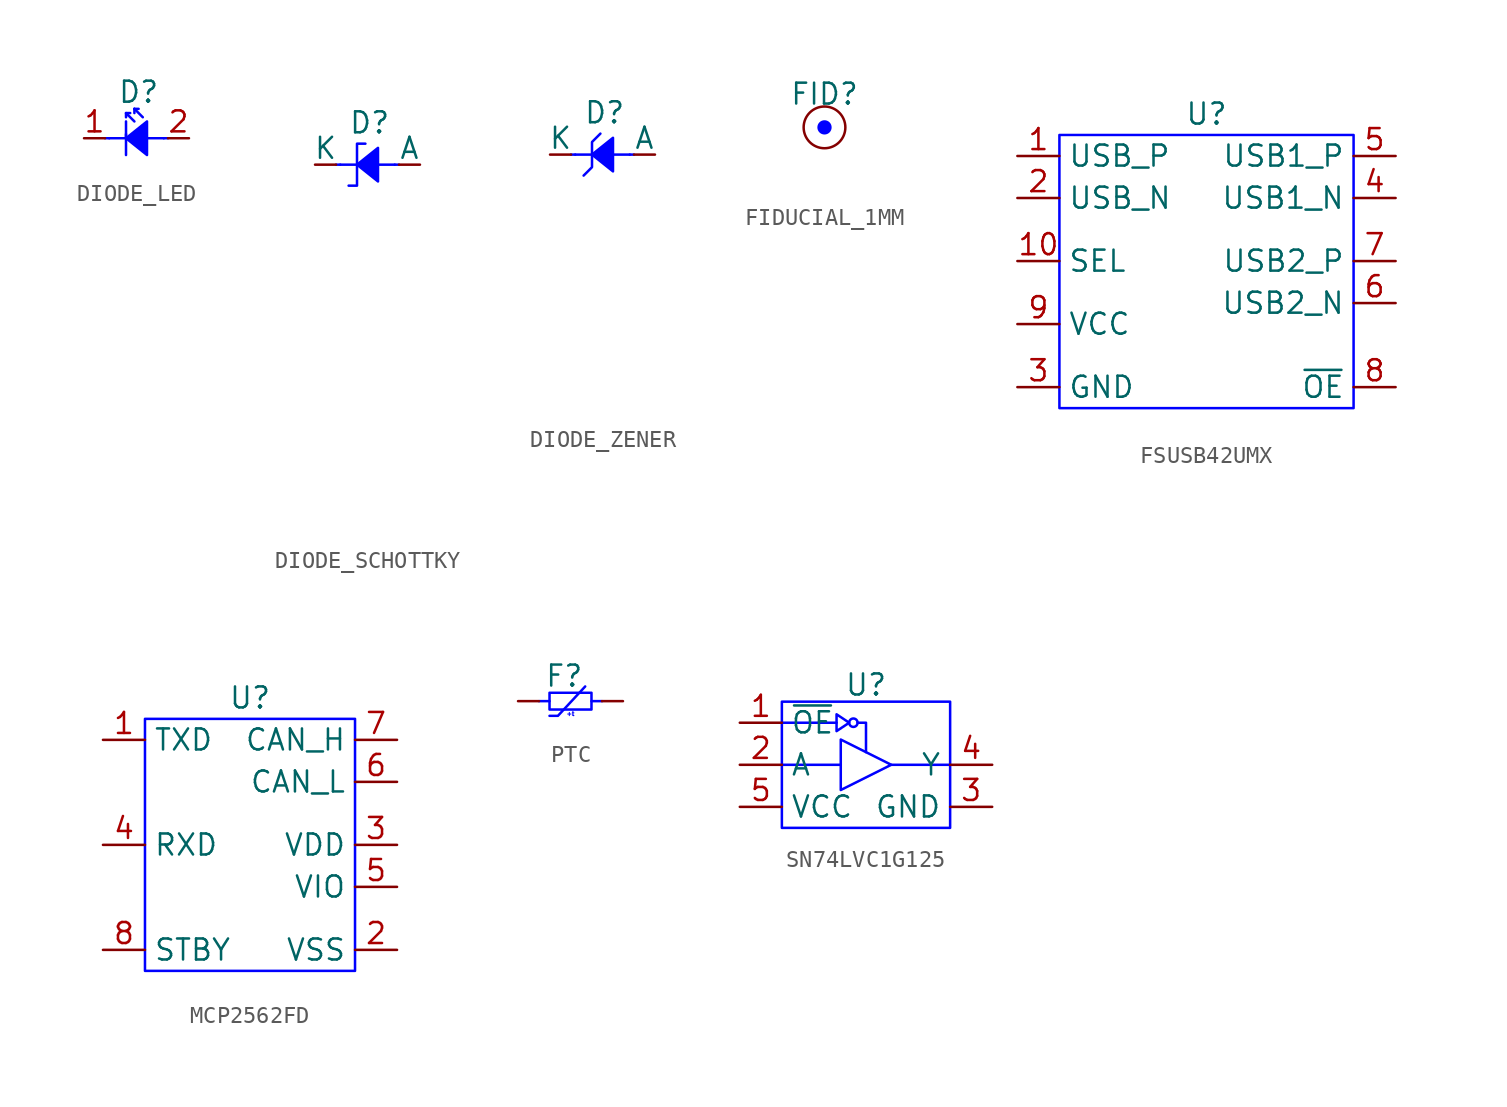
<source format=kicad_sym>
(kicad_symbol_lib
  (version 20241209)
  (generator "kicad_symbol_editor")
  (generator_version "9.0")
  (symbol "DIODE_LED"
    (pin_names
      (offset 0)
      (hide yes))
    (property "Reference" "D"
      (at 2.032 2.794 0)
      (effects (font (size 1.27 1.27))))
    (property "Value" ""
      (at 1.524 -1.524 0)
      (effects (font (size 1.27 1.27))))
    (symbol "DIODE_LED_0_1"
      (polyline (pts (xy 1.27 1.524) (xy 1.524 1.524)) (stroke (width 0) (type default) (color 0 0 255 1)) (fill (type none)))
      (polyline (pts (xy 1.27 0.254) (xy 1.27 -1.016) (xy 1.27 -1.016)) (stroke (width 0) (type default) (color 0 0 255 1)) (fill (type none)))
      (polyline (pts (xy 1.27 0) (xy 0.254 0)) (stroke (width 0) (type default) (color 0 0 255 1)) (fill (type none)))
      (polyline (pts (xy 1.27 0) (xy 1.27 0.508) (xy 1.27 1.016) (xy 1.27 1.016)) (stroke (width 0) (type default) (color 0 0 255 1)) (fill (type none)))
      (polyline (pts (xy 1.778 1.778) (xy 1.778 1.524)) (stroke (width 0) (type default) (color 0 0 255 1)) (fill (type none)))
      (polyline (pts (xy 1.778 1.778) (xy 2.032 1.778)) (stroke (width 0) (type default) (color 0 0 255 1)) (fill (type none)))
      (polyline (pts (xy 1.778 1.016) (xy 1.27 1.524) (xy 1.27 1.27)) (stroke (width 0) (type default) (color 0 0 255 1)) (fill (type none)))
      (polyline (pts (xy 2.286 1.27) (xy 1.778 1.778)) (stroke (width 0) (type default) (color 0 0 255 1)) (fill (type none)))
      (polyline (pts (xy 2.54 0) (xy 3.556 0)) (stroke (width 0) (type default) (color 0 0 255 1)) (fill (type none)))
      (polyline (pts (xy 2.54 0) (xy 2.54 1.016) (xy 1.27 0) (xy 2.54 -1.016) (xy 2.54 0)) (stroke (width 0) (type default) (color 0 0 255 1)) (fill (type outline))))
    (symbol "DIODE_LED_1_1"
      (polyline (pts (xy 0.254 0) (xy 0 0)) (stroke (width 0) (type solid) (color 0 0 255 1)) (fill (type none)))
      (polyline (pts (xy 3.81 0) (xy 3.556 0)) (stroke (width 0) (type solid) (color 0 0 255 1)) (fill (type none)))
      (pin passive line (at -1.27 0 0) (length 1.27) (name "K" (effects (font (size 1.27 1.27)))) (number "1" (effects (font (size 1.27 1.27)))))
      (pin passive line (at 5.08 0 180) (length 1.27) (name "A" (effects (font (size 1.27 1.27)))) (number "2" (effects (font (size 1.27 1.27)))))))
  (symbol "DIODE_SCHOTTKY"
    (pin_numbers
      (hide yes))
    (pin_names
      (offset 0))
    (property "Reference" "D"
      (at 2.032 2.54 0)
      (effects (font (size 1.27 1.27))))
    (property "Value" ""
      (at 1.524 -1.524 0)
      (effects (font (size 1.27 1.27))))
    (property "V(f)" ""
      (at 0.254 -20.32 0)
      (effects (font (size 1.27 1.27))))
    (symbol "DIODE_SCHOTTKY_0_1"
      (polyline (pts (xy 1.27 0) (xy 0.254 0)) (stroke (width 0) (type default) (color 0 0 255 1)) (fill (type none)))
      (polyline (pts (xy 1.27 0) (xy 1.27 -1.27) (xy 0.762 -1.27)) (stroke (width 0) (type default) (color 0 0 255 1)) (fill (type none)))
      (polyline (pts (xy 1.27 0) (xy 1.27 0.508) (xy 1.27 1.27) (xy 1.778 1.27)) (stroke (width 0) (type default) (color 0 0 255 1)) (fill (type none)))
      (polyline (pts (xy 2.54 0) (xy 3.556 0)) (stroke (width 0) (type default) (color 0 0 255 1)) (fill (type none)))
      (polyline (pts (xy 2.54 0) (xy 2.54 1.016) (xy 1.27 0) (xy 2.54 -1.016) (xy 2.54 0)) (stroke (width 0) (type default) (color 0 0 255 1)) (fill (type outline))))
    (symbol "DIODE_SCHOTTKY_1_1"
      (polyline (pts (xy 0.254 0) (xy 0 0)) (stroke (width 0) (type solid) (color 0 0 255 1)) (fill (type none)))
      (polyline (pts (xy 3.81 0) (xy 3.556 0)) (stroke (width 0) (type solid) (color 0 0 255 1)) (fill (type none)))
      (pin passive line (at -1.27 0 0) (length 1.27) (name "K" (effects (font (size 1.27 1.27)))) (number "1" (effects (font (size 1.27 1.27)))))
      (pin passive line (at 5.08 0 180) (length 1.27) (name "A" (effects (font (size 1.27 1.27)))) (number "2" (effects (font (size 1.27 1.27)))))))
  (symbol "DIODE_ZENER"
    (pin_numbers
      (hide yes))
    (pin_names
      (offset 0))
    (property "Reference" "D"
      (at 2.032 2.54 0)
      (effects (font (size 1.27 1.27))))
    (property "Value" ""
      (at 1.524 -1.524 0)
      (effects (font (size 1.27 1.27))))
    (property "V(z)" ""
      (at 0.254 -14.224 0)
      (effects (font (size 1.27 1.27))))
    (symbol "DIODE_ZENER_0_1"
      (polyline (pts (xy 1.27 0) (xy 0.254 0)) (stroke (width 0) (type default) (color 0 0 255 1)) (fill (type none)))
      (polyline (pts (xy 1.27 0) (xy 1.27 -0.762) (xy 0.762 -1.27)) (stroke (width 0) (type default) (color 0 0 255 1)) (fill (type none)))
      (polyline (pts (xy 1.27 0) (xy 1.27 0.508) (xy 1.27 0.762) (xy 1.778 1.27)) (stroke (width 0) (type default) (color 0 0 255 1)) (fill (type none)))
      (polyline (pts (xy 2.54 0) (xy 3.556 0)) (stroke (width 0) (type default) (color 0 0 255 1)) (fill (type none)))
      (polyline (pts (xy 2.54 0) (xy 2.54 1.016) (xy 1.27 0) (xy 2.54 -1.016) (xy 2.54 0)) (stroke (width 0) (type default) (color 0 0 255 1)) (fill (type outline))))
    (symbol "DIODE_ZENER_1_1"
      (polyline (pts (xy 0.254 0) (xy 0 0)) (stroke (width 0) (type solid) (color 0 0 255 1)) (fill (type none)))
      (polyline (pts (xy 3.81 0) (xy 3.556 0)) (stroke (width 0) (type solid) (color 0 0 255 1)) (fill (type none)))
      (pin passive line (at -1.27 0 0) (length 1.27) (name "K" (effects (font (size 1.27 1.27)))) (number "1" (effects (font (size 1.27 1.27)))))
      (pin passive line (at 5.08 0 180) (length 1.27) (name "A" (effects (font (size 1.27 1.27)))) (number "2" (effects (font (size 1.27 1.27)))))))
  (symbol "FIDUCIAL_1MM"
    (pin_names
      (hide yes))
    (property "Reference" "FID"
      (at 0 3.302 0)
      (effects (font (size 1.27 1.27))))
    (property "Value" ""
      (at 0 0 0)
      (effects (font (size 1.27 1.27))))
    (symbol "FIDUCIAL_1MM_1_1"
      (circle (center 0 1.27) (radius 0.359) (stroke (width 0) (type solid) (color 0 0 255 1)) (fill (type color) (color 0 0 255 1)))
      (circle (center 0 1.27) (radius 1.27) (stroke (width 0) (type solid)) (fill (type none)))
      (pin no_connect line (at 0 -2.54 90) (length 2.54) (hide yes) (name "1" (effects (font (size 1.27 1.27)))) (number "1" (effects (font (size 1.27 1.27)))))))
  (symbol "FSUSB42UMX"
    (property "Reference" "U"
      (at 8.89 1.27 0)
      (effects (font (size 1.27 1.27))))
    (property "Value" ""
      (at 0 0 0)
      (effects (font (size 1.27 1.27))))
    (symbol "FSUSB42UMX_1_1"
      (rectangle (start 0 0) (end 17.78 -16.51) (stroke (width 0) (type solid) (color 0 0 255 1)) (fill (type none)))
      (pin bidirectional line (at -2.54 -1.27 0) (length 2.54) (name "USB_P" (effects (font (size 1.27 1.27)))) (number "1" (effects (font (size 1.27 1.27)))))
      (pin bidirectional line (at -2.54 -3.81 0) (length 2.54) (name "USB_N" (effects (font (size 1.27 1.27)))) (number "2" (effects (font (size 1.27 1.27)))))
      (pin input line (at -2.54 -7.62 0) (length 2.54) (name "SEL" (effects (font (size 1.27 1.27)))) (number "10" (effects (font (size 1.27 1.27)))))
      (pin power_in line (at -2.54 -11.43 0) (length 2.54) (name "VCC" (effects (font (size 1.27 1.27)))) (number "9" (effects (font (size 1.27 1.27)))))
      (pin power_in line (at -2.54 -15.24 0) (length 2.54) (name "GND" (effects (font (size 1.27 1.27)))) (number "3" (effects (font (size 1.27 1.27)))))
      (pin bidirectional line (at 20.32 -1.27 180) (length 2.54) (name "USB1_P" (effects (font (size 1.27 1.27)))) (number "5" (effects (font (size 1.27 1.27)))))
      (pin bidirectional line (at 20.32 -3.81 180) (length 2.54) (name "USB1_N" (effects (font (size 1.27 1.27)))) (number "4" (effects (font (size 1.27 1.27)))))
      (pin bidirectional line (at 20.32 -7.62 180) (length 2.54) (name "USB2_P" (effects (font (size 1.27 1.27)))) (number "7" (effects (font (size 1.27 1.27)))))
      (pin bidirectional line (at 20.32 -10.16 180) (length 2.54) (name "USB2_N" (effects (font (size 1.27 1.27)))) (number "6" (effects (font (size 1.27 1.27)))))
      (pin input line (at 20.32 -15.24 180) (length 2.54) (name "~{OE}" (effects (font (size 1.27 1.27)))) (number "8" (effects (font (size 1.27 1.27)))))))
  (symbol "MCP2562FD"
    (property "Reference" "U"
      (at 6.35 1.27 0)
      (effects (font (size 1.27 1.27))))
    (property "Value" ""
      (at 0 0 0)
      (effects (font (size 1.27 1.27))))
    (symbol "MCP2562FD_1_1"
      (rectangle (start 0 0) (end 12.7 -15.24) (stroke (width 0) (type solid) (color 0 0 255 1)) (fill (type none)))
      (pin input line (at -2.54 -1.27 0) (length 2.54) (name "TXD" (effects (font (size 1.27 1.27)))) (number "1" (effects (font (size 1.27 1.27)))))
      (pin output line (at -2.54 -7.62 0) (length 2.54) (name "RXD" (effects (font (size 1.27 1.27)))) (number "4" (effects (font (size 1.27 1.27)))))
      (pin input line (at -2.54 -13.97 0) (length 2.54) (name "STBY" (effects (font (size 1.27 1.27)))) (number "8" (effects (font (size 1.27 1.27)))))
      (pin bidirectional line (at 15.24 -1.27 180) (length 2.54) (name "CAN_H" (effects (font (size 1.27 1.27)))) (number "7" (effects (font (size 1.27 1.27)))))
      (pin bidirectional line (at 15.24 -3.81 180) (length 2.54) (name "CAN_L" (effects (font (size 1.27 1.27)))) (number "6" (effects (font (size 1.27 1.27)))))
      (pin power_in line (at 15.24 -7.62 180) (length 2.54) (name "VDD" (effects (font (size 1.27 1.27)))) (number "3" (effects (font (size 1.27 1.27)))))
      (pin power_in line (at 15.24 -10.16 180) (length 2.54) (name "VIO" (effects (font (size 1.27 1.27)))) (number "5" (effects (font (size 1.27 1.27)))))
      (pin power_in line (at 15.24 -13.97 180) (length 2.54) (name "VSS" (effects (font (size 1.27 1.27)))) (number "2" (effects (font (size 1.27 1.27)))))))
  (symbol "PTC"
    (pin_numbers
      (hide yes))
    (pin_names
      (offset 0)
      (hide yes))
    (property "Reference" "F"
      (at 1.524 1.524 0)
      (effects (font (size 1.27 1.27))))
    (property "Value" ""
      (at 1.524 -1.524 0)
      (effects (font (size 1.27 1.27))))
    (symbol "PTC_0_1"
      (polyline (pts (xy 0.635 0) (xy 0 0)) (stroke (width 0) (type default) (color 0 0 255 1)) (fill (type none)))
      (polyline (pts (xy 0.635 -0.889) (xy 1.143 -0.889) (xy 2.794 0.889)) (stroke (width 0) (type default) (color 0 0 255 1)) (fill (type none)))
      (polyline (pts (xy 3.81 0) (xy 3.175 0)) (stroke (width 0) (type default) (color 0 0 255 1)) (fill (type none))))
    (symbol "PTC_1_1"
      (rectangle (start 0.635 0.508) (end 3.175 -0.508) (stroke (width 0) (type solid) (color 0 0 255 1)) (fill (type none)))
      (text "+t" (at 1.905 -0.762 0) (effects (font (size 0.254 0.254) (color 0 0 255 1))))
      (pin passive line (at -1.27 0 0) (length 1.27) (name "" (effects (font (size 1.27 1.27)))) (number "1" (effects (font (size 1.27 1.27)))))
      (pin passive line (at 5.08 0 180) (length 1.27) (name "" (effects (font (size 1.27 1.27)))) (number "2" (effects (font (size 1.27 1.27)))))))
  (symbol "SN74LVC1G125"
    (property "Reference" "U"
      (at 5.08 1.016 0)
      (effects (font (size 1.27 1.27))))
    (property "Value" ""
      (at 0 0 0)
      (effects (font (size 1.27 1.27))))
    (symbol "SN74LVC1G125_0_1"
      (rectangle (start 0 0) (end 10.16 -7.62) (stroke (width 0) (type default) (color 0 0 255 1)) (fill (type none)))
      (polyline (pts (xy 0 -1.27) (xy 3.302 -1.27)) (stroke (width 0) (type default) (color 0 0 255 1)) (fill (type none)))
      (polyline (pts (xy 0 -3.81) (xy 3.556 -3.81) (xy 3.556 -3.81)) (stroke (width 0) (type default) (color 0 0 255 1)) (fill (type none)))
      (polyline (pts (xy 3.302 -0.762) (xy 3.302 -1.27) (xy 3.302 -1.778) (xy 4.064 -1.27) (xy 3.302 -0.762)) (stroke (width 0) (type default) (color 0 0 255 1)) (fill (type none)))
      (polyline (pts (xy 3.556 -3.81) (xy 3.556 -3.81)) (stroke (width 0) (type default) (color 0 0 255 1)) (fill (type none)))
      (circle (center 4.318 -1.27) (radius 0.254) (stroke (width 0) (type default) (color 0 0 255 1)) (fill (type none)))
      (polyline (pts (xy 4.572 -1.27) (xy 5.08 -1.27) (xy 5.08 -2.286) (xy 5.08 -2.286) (xy 5.08 -3.048)) (stroke (width 0) (type default) (color 0 0 255 1)) (fill (type none)))
      (polyline (pts (xy 6.604 -3.81) (xy 3.556 -2.286) (xy 3.556 -5.334) (xy 6.604 -3.81)) (stroke (width 0) (type default) (color 0 0 255 1)) (fill (type none)))
      (polyline (pts (xy 6.604 -3.81) (xy 9.906 -3.81) (xy 10.16 -3.81) (xy 10.16 -3.81)) (stroke (width 0) (type default) (color 0 0 255 1)) (fill (type none)))
      (polyline (pts (xy 10.16 -3.81) (xy 10.16 -3.81)) (stroke (width 0) (type default) (color 0 0 255 1)) (fill (type none))))
    (symbol "SN74LVC1G125_1_1"
      (pin input line (at -2.54 -1.27 0) (length 2.54) (name "~{OE}" (effects (font (size 1.27 1.27)))) (number "1" (effects (font (size 1.27 1.27)))))
      (pin input line (at -2.54 -3.81 0) (length 2.54) (name "A" (effects (font (size 1.27 1.27)))) (number "2" (effects (font (size 1.27 1.27)))))
      (pin power_in line (at -2.54 -6.35 0) (length 2.54) (name "VCC" (effects (font (size 1.27 1.27)))) (number "5" (effects (font (size 1.27 1.27)))))
      (pin output line (at 12.7 -3.81 180) (length 2.54) (name "Y" (effects (font (size 1.27 1.27)))) (number "4" (effects (font (size 1.27 1.27)))))
      (pin power_in line (at 12.7 -6.35 180) (length 2.54) (name "GND" (effects (font (size 1.27 1.27)))) (number "3" (effects (font (size 1.27 1.27))))))))
</source>
